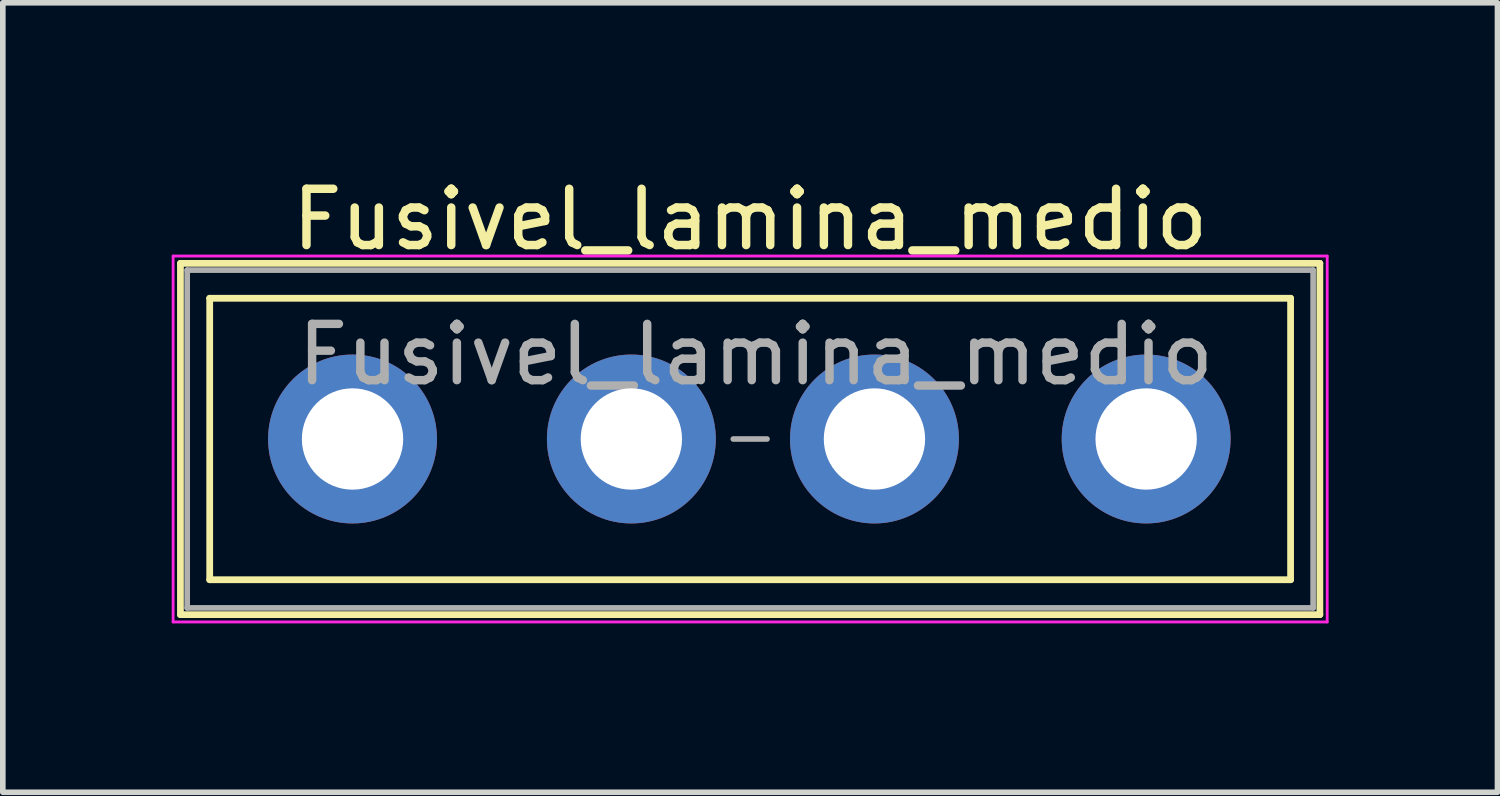
<source format=kicad_pcb>
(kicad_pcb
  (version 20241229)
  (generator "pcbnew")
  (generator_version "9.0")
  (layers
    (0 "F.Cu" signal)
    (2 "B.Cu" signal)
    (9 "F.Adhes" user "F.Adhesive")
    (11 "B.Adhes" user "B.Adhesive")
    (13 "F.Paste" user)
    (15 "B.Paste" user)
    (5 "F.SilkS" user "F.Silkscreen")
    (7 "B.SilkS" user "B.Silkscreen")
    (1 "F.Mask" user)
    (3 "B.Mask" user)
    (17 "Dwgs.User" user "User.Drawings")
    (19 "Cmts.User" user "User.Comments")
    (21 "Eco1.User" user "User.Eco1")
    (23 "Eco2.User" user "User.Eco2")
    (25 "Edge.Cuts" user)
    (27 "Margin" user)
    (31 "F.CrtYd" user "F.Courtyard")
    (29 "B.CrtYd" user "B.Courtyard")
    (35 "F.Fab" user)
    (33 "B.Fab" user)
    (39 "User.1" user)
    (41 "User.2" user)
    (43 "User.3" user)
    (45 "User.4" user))
  (footprint "Fusivel_lamina_medio"
    (layer "F.Cu")
    (at 5.625 4.748)
    (property "Reference" "Fusivel_lamina_medio" (at 4.65 -3.9 0) (layer "F.SilkS") (effects (font (size 1 1) (thickness 0.15))))
    (attr through_hole)
    (fp_line (start -5.47 -3.12) (end -5.47 3.12) (stroke (width 0.12) (type solid)) (layer "F.SilkS"))
    (fp_line (start -5.47 -3.12) (end 14.77 -3.12) (stroke (width 0.12) (type solid)) (layer "F.SilkS"))
    (fp_line (start -4.95 -2.5) (end 14.25 -2.5) (stroke (width 0.12) (type solid)) (layer "F.SilkS"))
    (fp_line (start -4.95 2.5) (end -4.95 -2.5) (stroke (width 0.12) (type solid)) (layer "F.SilkS"))
    (fp_line (start 14.25 -2.5) (end 14.25 2.5) (stroke (width 0.12) (type solid)) (layer "F.SilkS"))
    (fp_line (start 14.25 2.5) (end -4.95 2.5) (stroke (width 0.12) (type solid)) (layer "F.SilkS"))
    (fp_line (start 14.77 3.12) (end -5.47 3.12) (stroke (width 0.12) (type solid)) (layer "F.SilkS"))
    (fp_line (start 14.77 3.12) (end 14.77 -3.12) (stroke (width 0.12) (type solid)) (layer "F.SilkS"))
    (fp_line (start -5.6 -3.25) (end -5.6 3.25) (stroke (width 0.05) (type solid)) (layer "F.CrtYd"))
    (fp_line (start -5.6 -3.25) (end 14.9 -3.25) (stroke (width 0.05) (type solid)) (layer "F.CrtYd"))
    (fp_line (start 14.9 3.25) (end -5.6 3.25) (stroke (width 0.05) (type solid)) (layer "F.CrtYd"))
    (fp_line (start 14.9 3.25) (end 14.9 -3.25) (stroke (width 0.05) (type solid)) (layer "F.CrtYd"))
    (fp_line (start -5.35 -3) (end 14.65 -3) (stroke (width 0.1) (type solid)) (layer "F.Fab"))
    (fp_line (start -5.35 3) (end -5.35 -3) (stroke (width 0.1) (type solid)) (layer "F.Fab"))
    (fp_line (start 4.95 0) (end 4.35 0) (stroke (width 0.1) (type solid)) (layer "F.Fab"))
    (fp_line (start 14.65 -3) (end 14.65 3) (stroke (width 0.1) (type solid)) (layer "F.Fab"))
    (fp_line (start 14.65 3) (end -5.35 3) (stroke (width 0.1) (type solid)) (layer "F.Fab"))
    (fp_text user "${REFERENCE}" (at 4.75 -1.5 0) (layer "F.Fab") (effects (font (size 1 1) (thickness 0.15))))
    (pad "1" thru_hole circle (at -2.413 0) (size 3 3) (drill 1.8) (layers "*.Cu" "*.Mask"))
    (pad "1" thru_hole circle (at 2.54 0) (size 3 3) (drill 1.8) (layers "*.Cu" "*.Mask"))
    (pad "2" thru_hole circle (at 6.858 0) (size 3 3) (drill 1.8) (layers "*.Cu" "*.Mask"))
    (pad "2" thru_hole circle (at 11.684 0) (size 3 3) (drill 1.8) (layers "*.Cu" "*.Mask")))
  (gr_rect
    (start -3 -3)
    (end 23.55 11.023)
    (stroke (width 0.1) (type default))
    (fill no)
    (layer "Edge.Cuts")))
</source>
